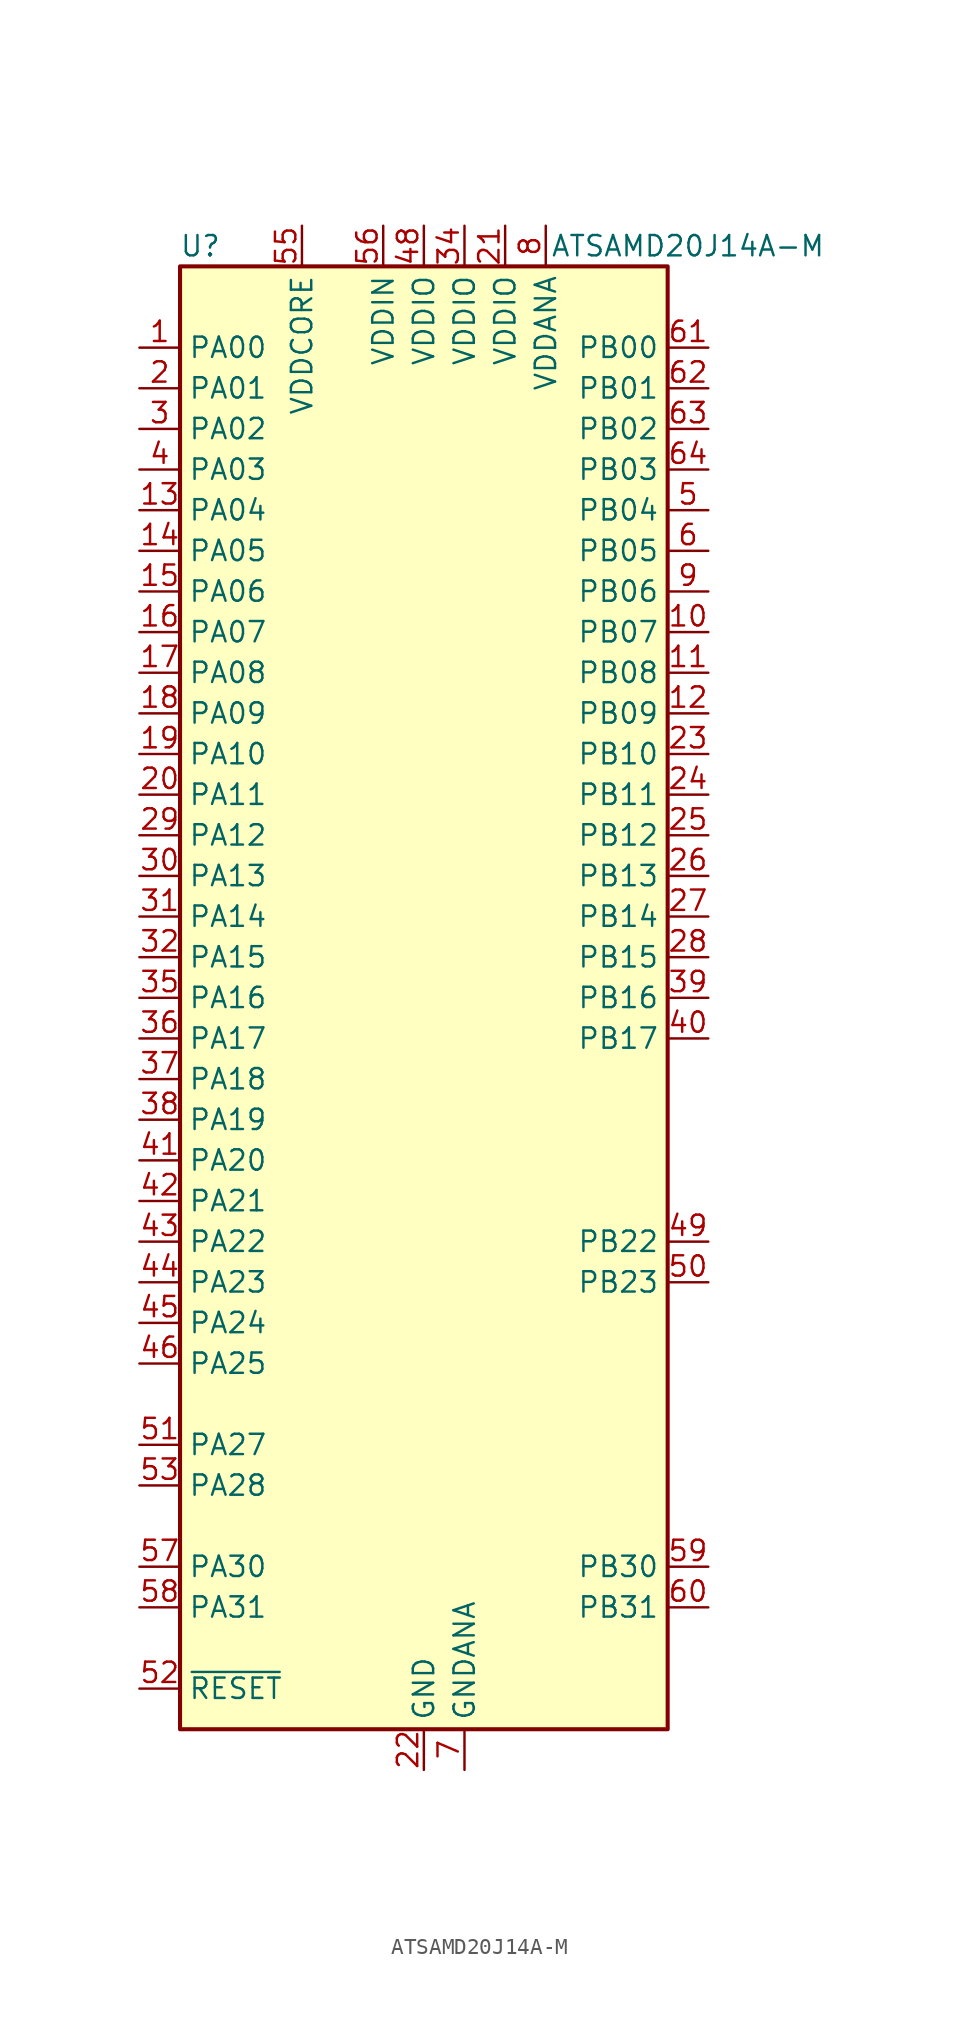
<source format=kicad_sym>
(kicad_symbol_lib
  (version 20211014)
  (generator kicad_symbol_editor)
  (symbol "ATSAMD20J14A-M"
    (property "Reference" "U"
      (at -13.97 46.99 0)
      (effects (font (size 1.27 1.27))))
    (property "Value" "ATSAMD20J14A-M"
      (at 16.51 46.99 0)
      (effects (font (size 1.27 1.27))))
    (symbol "ATSAMD20J14A-M_0_1"
      (rectangle (start -15.24 45.72) (end 15.24 -45.72) (stroke (width 0.254) (type default) (color 0 0 0 0)) (fill (type background))))
    (symbol "ATSAMD20J14A-M_1_1"
      (pin bidirectional line (at -17.78 40.64 0) (length 2.54) (name "PA00" (effects (font (size 1.27 1.27)))) (number "1" (effects (font (size 1.27 1.27)))))
      (pin bidirectional line (at 17.78 22.86 180) (length 2.54) (name "PB07" (effects (font (size 1.27 1.27)))) (number "10" (effects (font (size 1.27 1.27)))))
      (pin bidirectional line (at 17.78 20.32 180) (length 2.54) (name "PB08" (effects (font (size 1.27 1.27)))) (number "11" (effects (font (size 1.27 1.27)))))
      (pin bidirectional line (at 17.78 17.78 180) (length 2.54) (name "PB09" (effects (font (size 1.27 1.27)))) (number "12" (effects (font (size 1.27 1.27)))))
      (pin bidirectional line (at -17.78 30.48 0) (length 2.54) (name "PA04" (effects (font (size 1.27 1.27)))) (number "13" (effects (font (size 1.27 1.27)))))
      (pin bidirectional line (at -17.78 27.94 0) (length 2.54) (name "PA05" (effects (font (size 1.27 1.27)))) (number "14" (effects (font (size 1.27 1.27)))))
      (pin bidirectional line (at -17.78 25.4 0) (length 2.54) (name "PA06" (effects (font (size 1.27 1.27)))) (number "15" (effects (font (size 1.27 1.27)))))
      (pin bidirectional line (at -17.78 22.86 0) (length 2.54) (name "PA07" (effects (font (size 1.27 1.27)))) (number "16" (effects (font (size 1.27 1.27)))))
      (pin bidirectional line (at -17.78 20.32 0) (length 2.54) (name "PA08" (effects (font (size 1.27 1.27)))) (number "17" (effects (font (size 1.27 1.27)))))
      (pin bidirectional line (at -17.78 17.78 0) (length 2.54) (name "PA09" (effects (font (size 1.27 1.27)))) (number "18" (effects (font (size 1.27 1.27)))))
      (pin bidirectional line (at -17.78 15.24 0) (length 2.54) (name "PA10" (effects (font (size 1.27 1.27)))) (number "19" (effects (font (size 1.27 1.27)))))
      (pin bidirectional line (at -17.78 38.1 0) (length 2.54) (name "PA01" (effects (font (size 1.27 1.27)))) (number "2" (effects (font (size 1.27 1.27)))))
      (pin bidirectional line (at -17.78 12.7 0) (length 2.54) (name "PA11" (effects (font (size 1.27 1.27)))) (number "20" (effects (font (size 1.27 1.27)))))
      (pin power_in line (at 5.08 48.26 270) (length 2.54) (name "VDDIO" (effects (font (size 1.27 1.27)))) (number "21" (effects (font (size 1.27 1.27)))))
      (pin power_in line (at 0 -48.26 90) (length 2.54) (name "GND" (effects (font (size 1.27 1.27)))) (number "22" (effects (font (size 1.27 1.27)))))
      (pin bidirectional line (at 17.78 15.24 180) (length 2.54) (name "PB10" (effects (font (size 1.27 1.27)))) (number "23" (effects (font (size 1.27 1.27)))))
      (pin bidirectional line (at 17.78 12.7 180) (length 2.54) (name "PB11" (effects (font (size 1.27 1.27)))) (number "24" (effects (font (size 1.27 1.27)))))
      (pin bidirectional line (at 17.78 10.16 180) (length 2.54) (name "PB12" (effects (font (size 1.27 1.27)))) (number "25" (effects (font (size 1.27 1.27)))))
      (pin bidirectional line (at 17.78 7.62 180) (length 2.54) (name "PB13" (effects (font (size 1.27 1.27)))) (number "26" (effects (font (size 1.27 1.27)))))
      (pin bidirectional line (at 17.78 5.08 180) (length 2.54) (name "PB14" (effects (font (size 1.27 1.27)))) (number "27" (effects (font (size 1.27 1.27)))))
      (pin bidirectional line (at 17.78 2.54 180) (length 2.54) (name "PB15" (effects (font (size 1.27 1.27)))) (number "28" (effects (font (size 1.27 1.27)))))
      (pin bidirectional line (at -17.78 10.16 0) (length 2.54) (name "PA12" (effects (font (size 1.27 1.27)))) (number "29" (effects (font (size 1.27 1.27)))))
      (pin bidirectional line (at -17.78 35.56 0) (length 2.54) (name "PA02" (effects (font (size 1.27 1.27)))) (number "3" (effects (font (size 1.27 1.27)))))
      (pin bidirectional line (at -17.78 7.62 0) (length 2.54) (name "PA13" (effects (font (size 1.27 1.27)))) (number "30" (effects (font (size 1.27 1.27)))))
      (pin bidirectional line (at -17.78 5.08 0) (length 2.54) (name "PA14" (effects (font (size 1.27 1.27)))) (number "31" (effects (font (size 1.27 1.27)))))
      (pin bidirectional line (at -17.78 2.54 0) (length 2.54) (name "PA15" (effects (font (size 1.27 1.27)))) (number "32" (effects (font (size 1.27 1.27)))))
      (pin passive line (at 0 -48.26 90) (length 2.54) hide (name "GND" (effects (font (size 1.27 1.27)))) (number "33" (effects (font (size 1.27 1.27)))))
      (pin power_in line (at 2.54 48.26 270) (length 2.54) (name "VDDIO" (effects (font (size 1.27 1.27)))) (number "34" (effects (font (size 1.27 1.27)))))
      (pin bidirectional line (at -17.78 0 0) (length 2.54) (name "PA16" (effects (font (size 1.27 1.27)))) (number "35" (effects (font (size 1.27 1.27)))))
      (pin bidirectional line (at -17.78 -2.54 0) (length 2.54) (name "PA17" (effects (font (size 1.27 1.27)))) (number "36" (effects (font (size 1.27 1.27)))))
      (pin bidirectional line (at -17.78 -5.08 0) (length 2.54) (name "PA18" (effects (font (size 1.27 1.27)))) (number "37" (effects (font (size 1.27 1.27)))))
      (pin bidirectional line (at -17.78 -7.62 0) (length 2.54) (name "PA19" (effects (font (size 1.27 1.27)))) (number "38" (effects (font (size 1.27 1.27)))))
      (pin bidirectional line (at 17.78 0 180) (length 2.54) (name "PB16" (effects (font (size 1.27 1.27)))) (number "39" (effects (font (size 1.27 1.27)))))
      (pin bidirectional line (at -17.78 33.02 0) (length 2.54) (name "PA03" (effects (font (size 1.27 1.27)))) (number "4" (effects (font (size 1.27 1.27)))))
      (pin bidirectional line (at 17.78 -2.54 180) (length 2.54) (name "PB17" (effects (font (size 1.27 1.27)))) (number "40" (effects (font (size 1.27 1.27)))))
      (pin bidirectional line (at -17.78 -10.16 0) (length 2.54) (name "PA20" (effects (font (size 1.27 1.27)))) (number "41" (effects (font (size 1.27 1.27)))))
      (pin bidirectional line (at -17.78 -12.7 0) (length 2.54) (name "PA21" (effects (font (size 1.27 1.27)))) (number "42" (effects (font (size 1.27 1.27)))))
      (pin bidirectional line (at -17.78 -15.24 0) (length 2.54) (name "PA22" (effects (font (size 1.27 1.27)))) (number "43" (effects (font (size 1.27 1.27)))))
      (pin bidirectional line (at -17.78 -17.78 0) (length 2.54) (name "PA23" (effects (font (size 1.27 1.27)))) (number "44" (effects (font (size 1.27 1.27)))))
      (pin bidirectional line (at -17.78 -20.32 0) (length 2.54) (name "PA24" (effects (font (size 1.27 1.27)))) (number "45" (effects (font (size 1.27 1.27)))))
      (pin bidirectional line (at -17.78 -22.86 0) (length 2.54) (name "PA25" (effects (font (size 1.27 1.27)))) (number "46" (effects (font (size 1.27 1.27)))))
      (pin passive line (at 0 -48.26 90) (length 2.54) hide (name "GND" (effects (font (size 1.27 1.27)))) (number "47" (effects (font (size 1.27 1.27)))))
      (pin power_in line (at 0 48.26 270) (length 2.54) (name "VDDIO" (effects (font (size 1.27 1.27)))) (number "48" (effects (font (size 1.27 1.27)))))
      (pin bidirectional line (at 17.78 -15.24 180) (length 2.54) (name "PB22" (effects (font (size 1.27 1.27)))) (number "49" (effects (font (size 1.27 1.27)))))
      (pin bidirectional line (at 17.78 30.48 180) (length 2.54) (name "PB04" (effects (font (size 1.27 1.27)))) (number "5" (effects (font (size 1.27 1.27)))))
      (pin bidirectional line (at 17.78 -17.78 180) (length 2.54) (name "PB23" (effects (font (size 1.27 1.27)))) (number "50" (effects (font (size 1.27 1.27)))))
      (pin bidirectional line (at -17.78 -27.94 0) (length 2.54) (name "PA27" (effects (font (size 1.27 1.27)))) (number "51" (effects (font (size 1.27 1.27)))))
      (pin input line (at -17.78 -43.18 0) (length 2.54) (name "~{RESET}" (effects (font (size 1.27 1.27)))) (number "52" (effects (font (size 1.27 1.27)))))
      (pin bidirectional line (at -17.78 -30.48 0) (length 2.54) (name "PA28" (effects (font (size 1.27 1.27)))) (number "53" (effects (font (size 1.27 1.27)))))
      (pin passive line (at 0 -48.26 90) (length 2.54) hide (name "GND" (effects (font (size 1.27 1.27)))) (number "54" (effects (font (size 1.27 1.27)))))
      (pin power_out line (at -7.62 48.26 270) (length 2.54) (name "VDDCORE" (effects (font (size 1.27 1.27)))) (number "55" (effects (font (size 1.27 1.27)))))
      (pin power_in line (at -2.54 48.26 270) (length 2.54) (name "VDDIN" (effects (font (size 1.27 1.27)))) (number "56" (effects (font (size 1.27 1.27)))))
      (pin bidirectional line (at -17.78 -35.56 0) (length 2.54) (name "PA30" (effects (font (size 1.27 1.27)))) (number "57" (effects (font (size 1.27 1.27)))))
      (pin bidirectional line (at -17.78 -38.1 0) (length 2.54) (name "PA31" (effects (font (size 1.27 1.27)))) (number "58" (effects (font (size 1.27 1.27)))))
      (pin bidirectional line (at 17.78 -35.56 180) (length 2.54) (name "PB30" (effects (font (size 1.27 1.27)))) (number "59" (effects (font (size 1.27 1.27)))))
      (pin bidirectional line (at 17.78 27.94 180) (length 2.54) (name "PB05" (effects (font (size 1.27 1.27)))) (number "6" (effects (font (size 1.27 1.27)))))
      (pin bidirectional line (at 17.78 -38.1 180) (length 2.54) (name "PB31" (effects (font (size 1.27 1.27)))) (number "60" (effects (font (size 1.27 1.27)))))
      (pin bidirectional line (at 17.78 40.64 180) (length 2.54) (name "PB00" (effects (font (size 1.27 1.27)))) (number "61" (effects (font (size 1.27 1.27)))))
      (pin bidirectional line (at 17.78 38.1 180) (length 2.54) (name "PB01" (effects (font (size 1.27 1.27)))) (number "62" (effects (font (size 1.27 1.27)))))
      (pin bidirectional line (at 17.78 35.56 180) (length 2.54) (name "PB02" (effects (font (size 1.27 1.27)))) (number "63" (effects (font (size 1.27 1.27)))))
      (pin bidirectional line (at 17.78 33.02 180) (length 2.54) (name "PB03" (effects (font (size 1.27 1.27)))) (number "64" (effects (font (size 1.27 1.27)))))
      (pin no_connect line (at 15.24 -43.18 180) (length 2.54) hide (name "EP" (effects (font (size 1.27 1.27)))) (number "65" (effects (font (size 1.27 1.27)))))
      (pin power_in line (at 2.54 -48.26 90) (length 2.54) (name "GNDANA" (effects (font (size 1.27 1.27)))) (number "7" (effects (font (size 1.27 1.27)))))
      (pin power_in line (at 7.62 48.26 270) (length 2.54) (name "VDDANA" (effects (font (size 1.27 1.27)))) (number "8" (effects (font (size 1.27 1.27)))))
      (pin bidirectional line (at 17.78 25.4 180) (length 2.54) (name "PB06" (effects (font (size 1.27 1.27)))) (number "9" (effects (font (size 1.27 1.27))))))))
</source>
